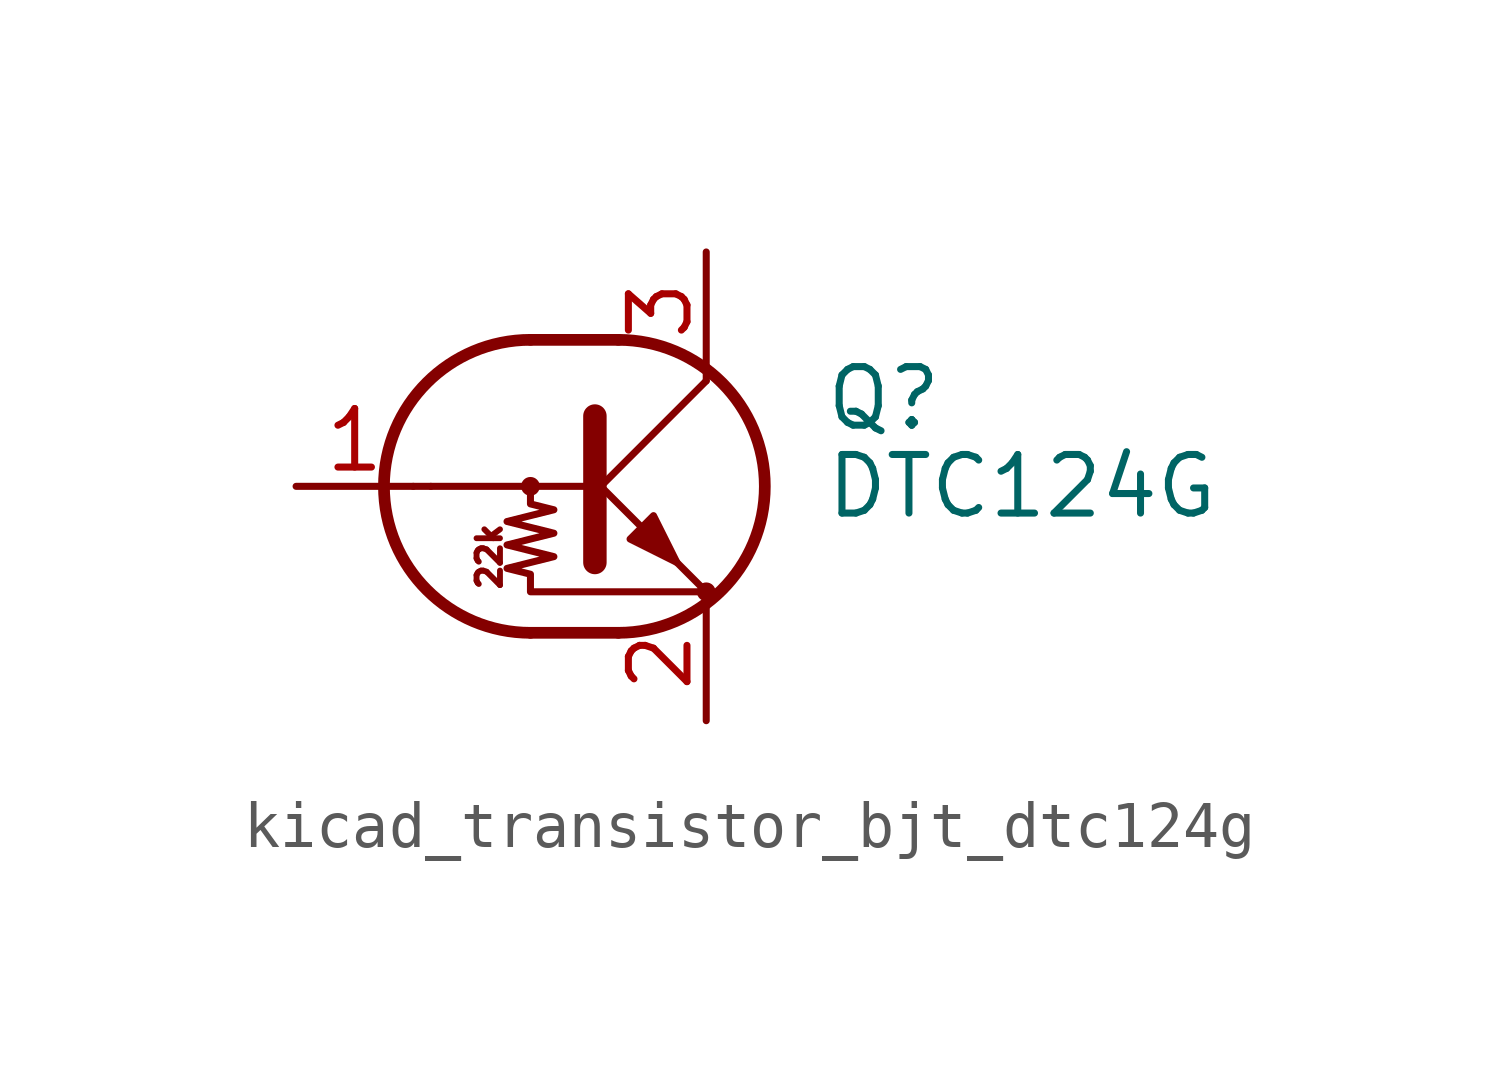
<source format=kicad_sym>
(kicad_symbol_lib
  (version 20220914)
  (generator kicad_symbol_editor)
  (symbol "kicad_transistor_bjt_dtc124g"
    (pin_names
      (offset 0) hide)
    (property "Reference" "Q"
      (at 5.08 1.905 0)
      (effects (font (size 1.27 1.27)) (justify left)))
    (property "Value" "DTC124G"
      (at 5.08 0 0)
      (effects (font (size 1.27 1.27)) (justify left)))
    (symbol "kicad_transistor_bjt_dtc124g_0_0"
      (polyline (pts (xy -3.429 0) (xy 0 0)) (stroke (width 0) (type default)) (fill (type none)))
      (text "22k" (at -2.159 -1.524 900) (effects (font (size 0.508 0.508)))))
    (symbol "kicad_transistor_bjt_dtc124g_0_1"
      (circle (center -1.27 0) (radius 0.127) (stroke (width 0) (type default)) (fill (type none)))
      (arc (start -1.27 3.175) (mid -4.4312 0) (end -1.27 -3.175) (stroke (width 0.254) (type default)) (fill (type none)))
      (polyline (pts (xy -3.429 0) (xy -3.81 0)) (stroke (width 0) (type default)) (fill (type none)))
      (polyline (pts (xy -1.27 -3.175) (xy 0.635 -3.175)) (stroke (width 0.254) (type default)) (fill (type none)))
      (polyline (pts (xy -1.27 3.175) (xy 0.635 3.175)) (stroke (width 0.254) (type default)) (fill (type none)))
      (polyline (pts (xy 0 -0.254) (xy 2.54 2.286)) (stroke (width 0) (type default)) (fill (type none)))
      (polyline (pts (xy 0.127 1.524) (xy 0.127 -1.651)) (stroke (width 0.508) (type default)) (fill (type outline)))
      (polyline (pts (xy 2.54 2.286) (xy 2.54 2.54)) (stroke (width 0) (type default)) (fill (type none)))
      (polyline (pts (xy 2.54 -2.286) (xy 0 0.254) (xy 0 0.254)) (stroke (width 0) (type default)) (fill (type none)))
      (polyline (pts (xy 0.889 -1.143) (xy 1.397 -0.635) (xy 1.905 -1.651) (xy 0.889 -1.143)) (stroke (width 0) (type default)) (fill (type outline)))
      (polyline (pts (xy -1.27 0) (xy -1.27 -0.381) (xy -0.762 -0.508) (xy -1.778 -0.762) (xy -0.762 -1.016) (xy -1.778 -1.27) (xy -0.762 -1.524) (xy -1.778 -1.778) (xy -1.27 -1.905) (xy -1.27 -2.286) (xy 2.54 -2.286)) (stroke (width 0) (type default)) (fill (type none)))
      (arc (start 0.635 -3.175) (mid 3.7962 0) (end 0.635 3.175) (stroke (width 0.254) (type default)) (fill (type none)))
      (circle (center 2.54 -2.286) (radius 0.127) (stroke (width 0) (type default)) (fill (type none))))
    (symbol "kicad_transistor_bjt_dtc124g_1_1"
      (pin input line (at -6.35 0 0) (length 2.54) (name "B" (effects (font (size 1.27 1.27)))) (number "1" (effects (font (size 1.27 1.27)))))
      (pin passive line (at 2.54 -5.08 90) (length 2.54) (name "E" (effects (font (size 1.27 1.27)))) (number "2" (effects (font (size 1.27 1.27)))))
      (pin passive line (at 2.54 5.08 270) (length 2.54) (name "C" (effects (font (size 1.27 1.27)))) (number "3" (effects (font (size 1.27 1.27))))))))
</source>
